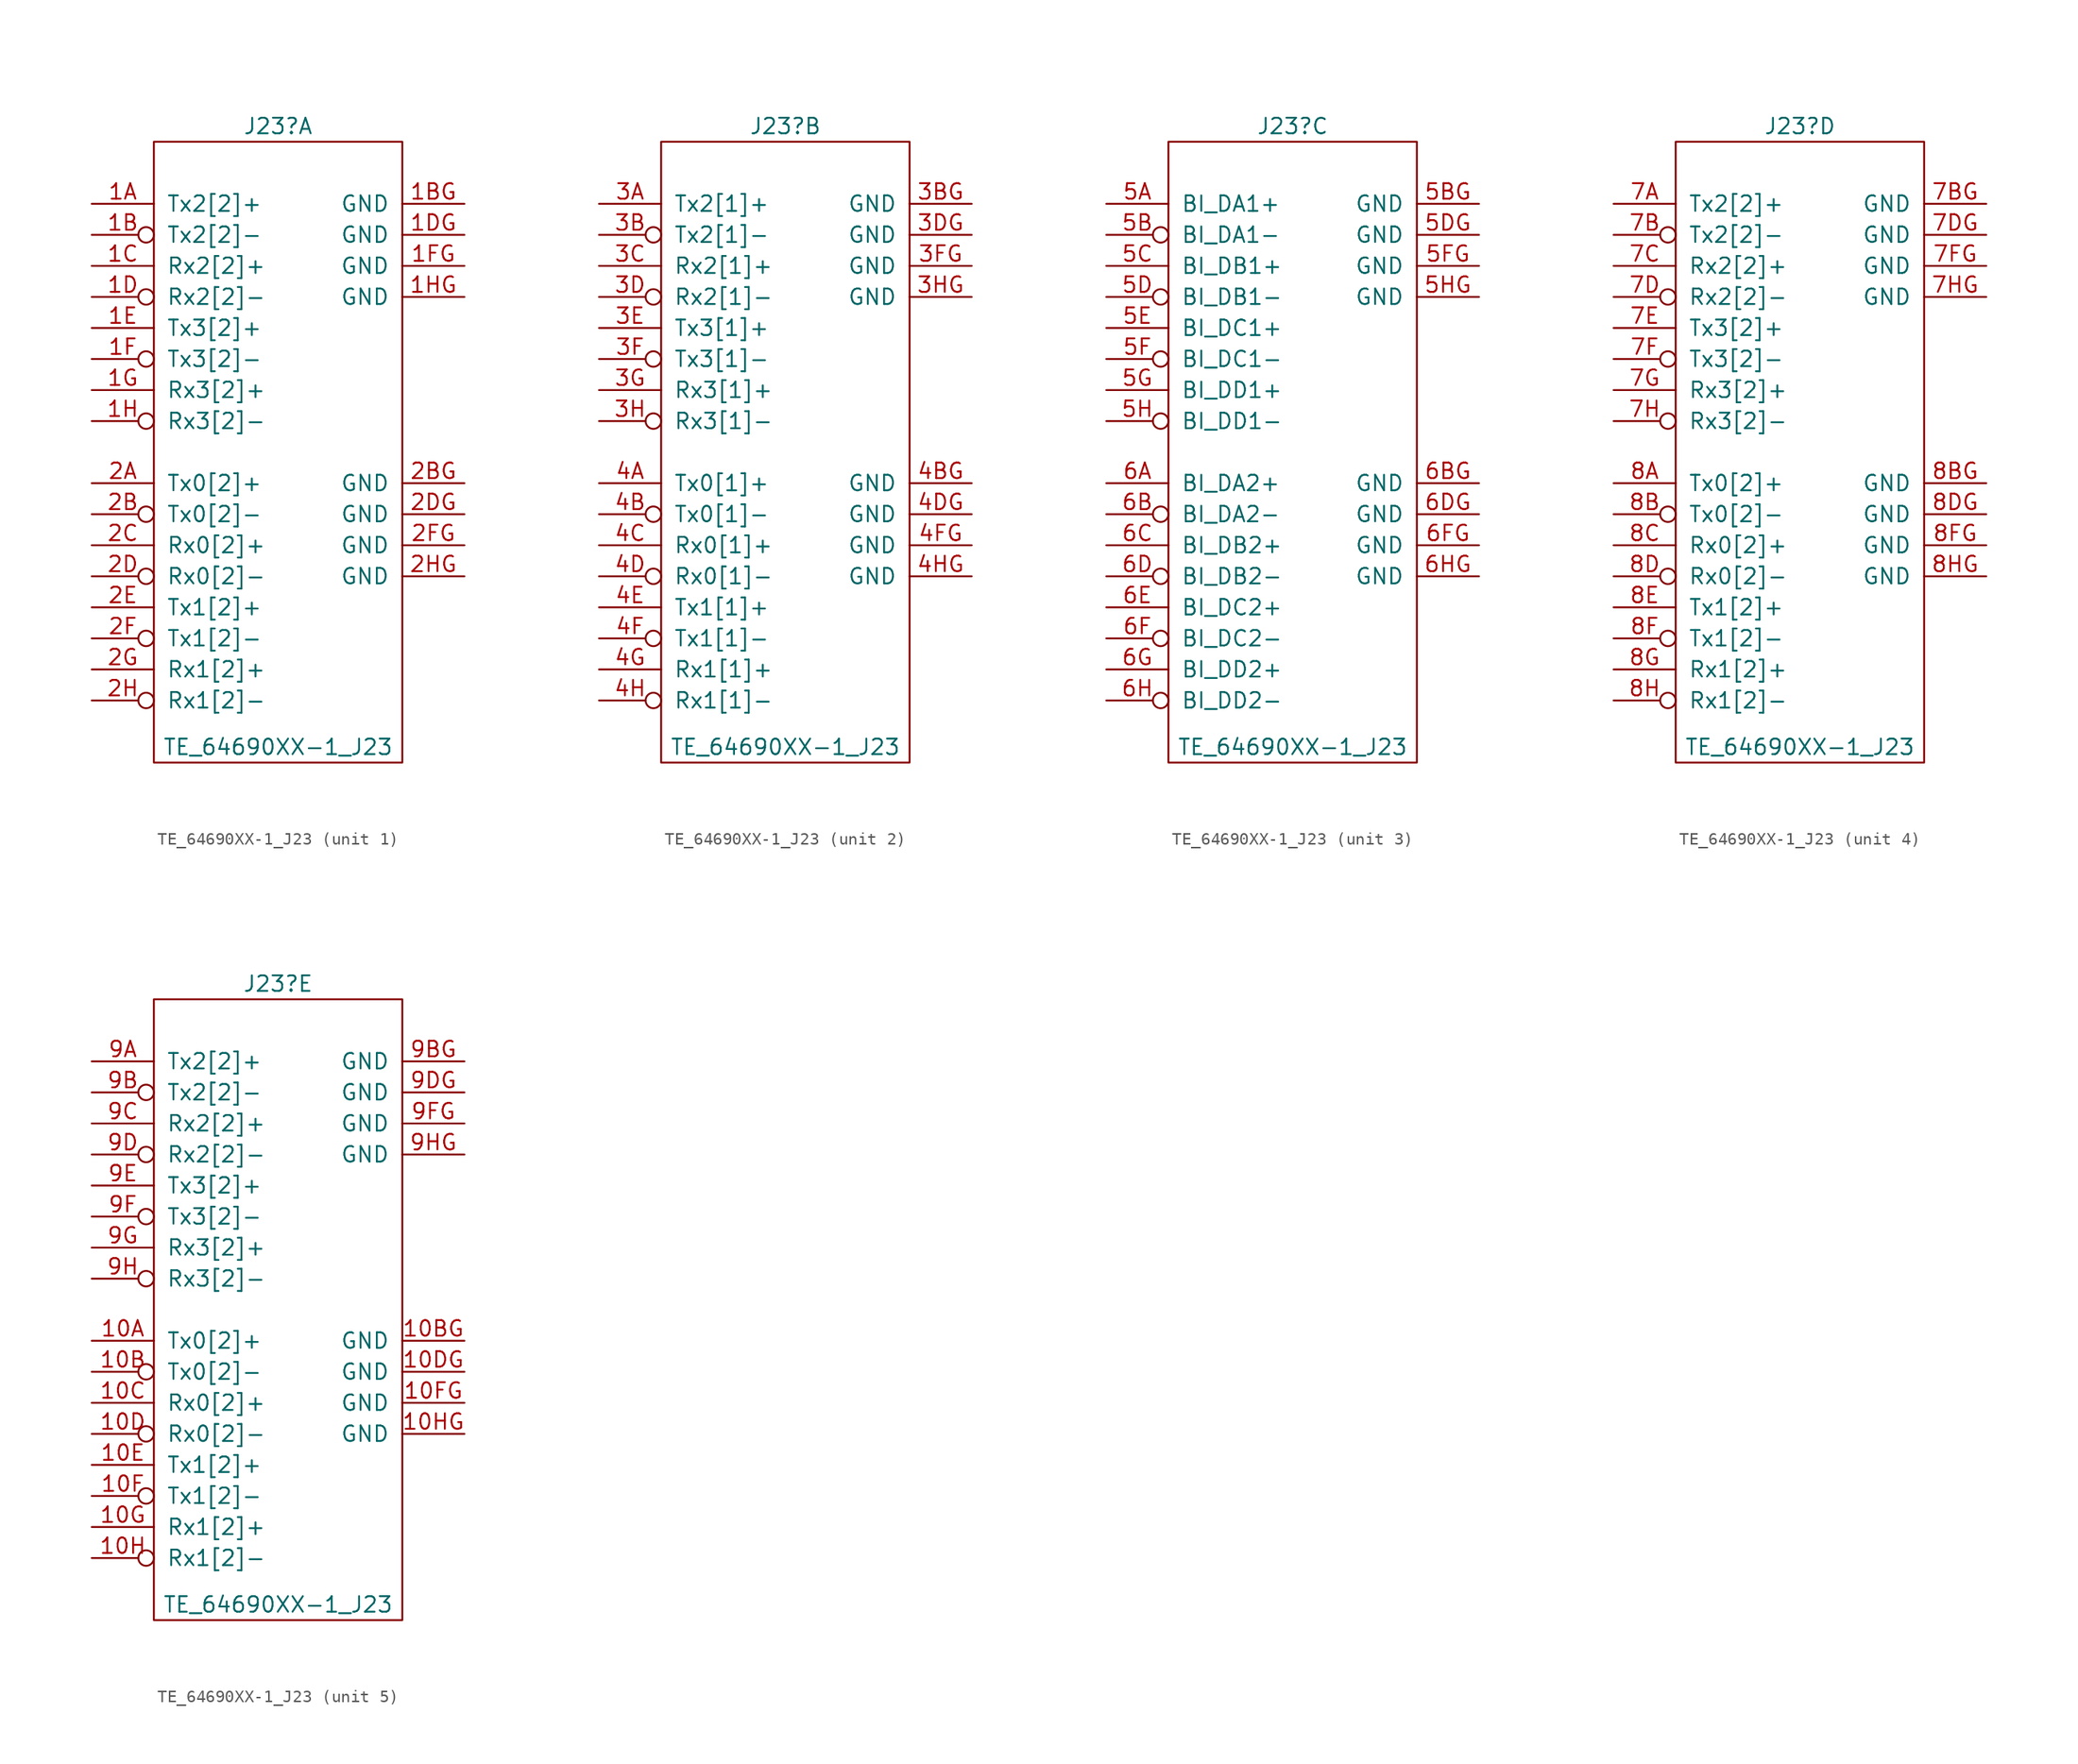
<source format=kicad_sym>
(kicad_symbol_lib
  (version 20220914)
  (generator kicad_symbol_editor)
  (symbol "TE_64690XX-1_J23"
    (pin_names
      (offset 1.016))
    (property "Reference" "J23"
      (at 0 26.67 0)
      (effects (font (size 1.27 1.27))))
    (property "Value" "TE_64690XX-1_J23"
      (at 0 -24.13 0)
      (effects (font (size 1.27 1.27))))
    (property "ki_locked" ""
      (at 0 0 0)
      (effects (font (size 1.27 1.27))))
    (symbol "TE_64690XX-1_J23_1_1"
      (rectangle (start -10.16 25.4) (end 10.16 -25.4) (stroke (width 0) (type default)) (fill (type none)))
      (pin bidirectional line (at -15.24 20.32 0) (length 5.08) (name "Tx2[2]+" (effects (font (size 1.27 1.27)))) (number "1A" (effects (font (size 1.27 1.27)))))
      (pin bidirectional inverted (at -15.24 17.78 0) (length 5.08) (name "Tx2[2]-" (effects (font (size 1.27 1.27)))) (number "1B" (effects (font (size 1.27 1.27)))))
      (pin passive line (at 15.24 20.32 180) (length 5.08) (name "GND" (effects (font (size 1.27 1.27)))) (number "1BG" (effects (font (size 1.27 1.27)))))
      (pin bidirectional line (at -15.24 15.24 0) (length 5.08) (name "Rx2[2]+" (effects (font (size 1.27 1.27)))) (number "1C" (effects (font (size 1.27 1.27)))))
      (pin bidirectional inverted (at -15.24 12.7 0) (length 5.08) (name "Rx2[2]-" (effects (font (size 1.27 1.27)))) (number "1D" (effects (font (size 1.27 1.27)))))
      (pin passive line (at 15.24 17.78 180) (length 5.08) (name "GND" (effects (font (size 1.27 1.27)))) (number "1DG" (effects (font (size 1.27 1.27)))))
      (pin bidirectional line (at -15.24 10.16 0) (length 5.08) (name "Tx3[2]+" (effects (font (size 1.27 1.27)))) (number "1E" (effects (font (size 1.27 1.27)))))
      (pin bidirectional inverted (at -15.24 7.62 0) (length 5.08) (name "Tx3[2]-" (effects (font (size 1.27 1.27)))) (number "1F" (effects (font (size 1.27 1.27)))))
      (pin passive line (at 15.24 15.24 180) (length 5.08) (name "GND" (effects (font (size 1.27 1.27)))) (number "1FG" (effects (font (size 1.27 1.27)))))
      (pin bidirectional line (at -15.24 5.08 0) (length 5.08) (name "Rx3[2]+" (effects (font (size 1.27 1.27)))) (number "1G" (effects (font (size 1.27 1.27)))))
      (pin bidirectional inverted (at -15.24 2.54 0) (length 5.08) (name "Rx3[2]-" (effects (font (size 1.27 1.27)))) (number "1H" (effects (font (size 1.27 1.27)))))
      (pin passive line (at 15.24 12.7 180) (length 5.08) (name "GND" (effects (font (size 1.27 1.27)))) (number "1HG" (effects (font (size 1.27 1.27)))))
      (pin bidirectional line (at -15.24 -2.54 0) (length 5.08) (name "Tx0[2]+" (effects (font (size 1.27 1.27)))) (number "2A" (effects (font (size 1.27 1.27)))))
      (pin bidirectional inverted (at -15.24 -5.08 0) (length 5.08) (name "Tx0[2]-" (effects (font (size 1.27 1.27)))) (number "2B" (effects (font (size 1.27 1.27)))))
      (pin passive line (at 15.24 -2.54 180) (length 5.08) (name "GND" (effects (font (size 1.27 1.27)))) (number "2BG" (effects (font (size 1.27 1.27)))))
      (pin bidirectional line (at -15.24 -7.62 0) (length 5.08) (name "Rx0[2]+" (effects (font (size 1.27 1.27)))) (number "2C" (effects (font (size 1.27 1.27)))))
      (pin bidirectional inverted (at -15.24 -10.16 0) (length 5.08) (name "Rx0[2]-" (effects (font (size 1.27 1.27)))) (number "2D" (effects (font (size 1.27 1.27)))))
      (pin passive line (at 15.24 -5.08 180) (length 5.08) (name "GND" (effects (font (size 1.27 1.27)))) (number "2DG" (effects (font (size 1.27 1.27)))))
      (pin bidirectional line (at -15.24 -12.7 0) (length 5.08) (name "Tx1[2]+" (effects (font (size 1.27 1.27)))) (number "2E" (effects (font (size 1.27 1.27)))))
      (pin bidirectional inverted (at -15.24 -15.24 0) (length 5.08) (name "Tx1[2]-" (effects (font (size 1.27 1.27)))) (number "2F" (effects (font (size 1.27 1.27)))))
      (pin passive line (at 15.24 -7.62 180) (length 5.08) (name "GND" (effects (font (size 1.27 1.27)))) (number "2FG" (effects (font (size 1.27 1.27)))))
      (pin bidirectional line (at -15.24 -17.78 0) (length 5.08) (name "Rx1[2]+" (effects (font (size 1.27 1.27)))) (number "2G" (effects (font (size 1.27 1.27)))))
      (pin bidirectional inverted (at -15.24 -20.32 0) (length 5.08) (name "Rx1[2]-" (effects (font (size 1.27 1.27)))) (number "2H" (effects (font (size 1.27 1.27)))))
      (pin passive line (at 15.24 -10.16 180) (length 5.08) (name "GND" (effects (font (size 1.27 1.27)))) (number "2HG" (effects (font (size 1.27 1.27))))))
    (symbol "TE_64690XX-1_J23_2_1"
      (rectangle (start -10.16 25.4) (end 10.16 -25.4) (stroke (width 0) (type default)) (fill (type none)))
      (pin bidirectional line (at -15.24 20.32 0) (length 5.08) (name "Tx2[1]+" (effects (font (size 1.27 1.27)))) (number "3A" (effects (font (size 1.27 1.27)))))
      (pin bidirectional inverted (at -15.24 17.78 0) (length 5.08) (name "Tx2[1]-" (effects (font (size 1.27 1.27)))) (number "3B" (effects (font (size 1.27 1.27)))))
      (pin passive line (at 15.24 20.32 180) (length 5.08) (name "GND" (effects (font (size 1.27 1.27)))) (number "3BG" (effects (font (size 1.27 1.27)))))
      (pin bidirectional line (at -15.24 15.24 0) (length 5.08) (name "Rx2[1]+" (effects (font (size 1.27 1.27)))) (number "3C" (effects (font (size 1.27 1.27)))))
      (pin bidirectional inverted (at -15.24 12.7 0) (length 5.08) (name "Rx2[1]-" (effects (font (size 1.27 1.27)))) (number "3D" (effects (font (size 1.27 1.27)))))
      (pin passive line (at 15.24 17.78 180) (length 5.08) (name "GND" (effects (font (size 1.27 1.27)))) (number "3DG" (effects (font (size 1.27 1.27)))))
      (pin bidirectional line (at -15.24 10.16 0) (length 5.08) (name "Tx3[1]+" (effects (font (size 1.27 1.27)))) (number "3E" (effects (font (size 1.27 1.27)))))
      (pin bidirectional inverted (at -15.24 7.62 0) (length 5.08) (name "Tx3[1]-" (effects (font (size 1.27 1.27)))) (number "3F" (effects (font (size 1.27 1.27)))))
      (pin passive line (at 15.24 15.24 180) (length 5.08) (name "GND" (effects (font (size 1.27 1.27)))) (number "3FG" (effects (font (size 1.27 1.27)))))
      (pin bidirectional line (at -15.24 5.08 0) (length 5.08) (name "Rx3[1]+" (effects (font (size 1.27 1.27)))) (number "3G" (effects (font (size 1.27 1.27)))))
      (pin bidirectional inverted (at -15.24 2.54 0) (length 5.08) (name "Rx3[1]-" (effects (font (size 1.27 1.27)))) (number "3H" (effects (font (size 1.27 1.27)))))
      (pin passive line (at 15.24 12.7 180) (length 5.08) (name "GND" (effects (font (size 1.27 1.27)))) (number "3HG" (effects (font (size 1.27 1.27)))))
      (pin bidirectional line (at -15.24 -2.54 0) (length 5.08) (name "Tx0[1]+" (effects (font (size 1.27 1.27)))) (number "4A" (effects (font (size 1.27 1.27)))))
      (pin bidirectional inverted (at -15.24 -5.08 0) (length 5.08) (name "Tx0[1]-" (effects (font (size 1.27 1.27)))) (number "4B" (effects (font (size 1.27 1.27)))))
      (pin passive line (at 15.24 -2.54 180) (length 5.08) (name "GND" (effects (font (size 1.27 1.27)))) (number "4BG" (effects (font (size 1.27 1.27)))))
      (pin bidirectional line (at -15.24 -7.62 0) (length 5.08) (name "Rx0[1]+" (effects (font (size 1.27 1.27)))) (number "4C" (effects (font (size 1.27 1.27)))))
      (pin bidirectional inverted (at -15.24 -10.16 0) (length 5.08) (name "Rx0[1]-" (effects (font (size 1.27 1.27)))) (number "4D" (effects (font (size 1.27 1.27)))))
      (pin passive line (at 15.24 -5.08 180) (length 5.08) (name "GND" (effects (font (size 1.27 1.27)))) (number "4DG" (effects (font (size 1.27 1.27)))))
      (pin bidirectional line (at -15.24 -12.7 0) (length 5.08) (name "Tx1[1]+" (effects (font (size 1.27 1.27)))) (number "4E" (effects (font (size 1.27 1.27)))))
      (pin bidirectional inverted (at -15.24 -15.24 0) (length 5.08) (name "Tx1[1]-" (effects (font (size 1.27 1.27)))) (number "4F" (effects (font (size 1.27 1.27)))))
      (pin passive line (at 15.24 -7.62 180) (length 5.08) (name "GND" (effects (font (size 1.27 1.27)))) (number "4FG" (effects (font (size 1.27 1.27)))))
      (pin bidirectional line (at -15.24 -17.78 0) (length 5.08) (name "Rx1[1]+" (effects (font (size 1.27 1.27)))) (number "4G" (effects (font (size 1.27 1.27)))))
      (pin bidirectional inverted (at -15.24 -20.32 0) (length 5.08) (name "Rx1[1]-" (effects (font (size 1.27 1.27)))) (number "4H" (effects (font (size 1.27 1.27)))))
      (pin passive line (at 15.24 -10.16 180) (length 5.08) (name "GND" (effects (font (size 1.27 1.27)))) (number "4HG" (effects (font (size 1.27 1.27))))))
    (symbol "TE_64690XX-1_J23_3_1"
      (rectangle (start -10.16 25.4) (end 10.16 -25.4) (stroke (width 0) (type default)) (fill (type none)))
      (pin bidirectional line (at -15.24 20.32 0) (length 5.08) (name "BI_DA1+" (effects (font (size 1.27 1.27)))) (number "5A" (effects (font (size 1.27 1.27)))))
      (pin bidirectional inverted (at -15.24 17.78 0) (length 5.08) (name "BI_DA1-" (effects (font (size 1.27 1.27)))) (number "5B" (effects (font (size 1.27 1.27)))))
      (pin passive line (at 15.24 20.32 180) (length 5.08) (name "GND" (effects (font (size 1.27 1.27)))) (number "5BG" (effects (font (size 1.27 1.27)))))
      (pin bidirectional line (at -15.24 15.24 0) (length 5.08) (name "BI_DB1+" (effects (font (size 1.27 1.27)))) (number "5C" (effects (font (size 1.27 1.27)))))
      (pin bidirectional inverted (at -15.24 12.7 0) (length 5.08) (name "BI_DB1-" (effects (font (size 1.27 1.27)))) (number "5D" (effects (font (size 1.27 1.27)))))
      (pin passive line (at 15.24 17.78 180) (length 5.08) (name "GND" (effects (font (size 1.27 1.27)))) (number "5DG" (effects (font (size 1.27 1.27)))))
      (pin bidirectional line (at -15.24 10.16 0) (length 5.08) (name "BI_DC1+" (effects (font (size 1.27 1.27)))) (number "5E" (effects (font (size 1.27 1.27)))))
      (pin bidirectional inverted (at -15.24 7.62 0) (length 5.08) (name "BI_DC1-" (effects (font (size 1.27 1.27)))) (number "5F" (effects (font (size 1.27 1.27)))))
      (pin passive line (at 15.24 15.24 180) (length 5.08) (name "GND" (effects (font (size 1.27 1.27)))) (number "5FG" (effects (font (size 1.27 1.27)))))
      (pin bidirectional line (at -15.24 5.08 0) (length 5.08) (name "BI_DD1+" (effects (font (size 1.27 1.27)))) (number "5G" (effects (font (size 1.27 1.27)))))
      (pin bidirectional inverted (at -15.24 2.54 0) (length 5.08) (name "BI_DD1-" (effects (font (size 1.27 1.27)))) (number "5H" (effects (font (size 1.27 1.27)))))
      (pin passive line (at 15.24 12.7 180) (length 5.08) (name "GND" (effects (font (size 1.27 1.27)))) (number "5HG" (effects (font (size 1.27 1.27)))))
      (pin bidirectional line (at -15.24 -2.54 0) (length 5.08) (name "BI_DA2+" (effects (font (size 1.27 1.27)))) (number "6A" (effects (font (size 1.27 1.27)))))
      (pin bidirectional inverted (at -15.24 -5.08 0) (length 5.08) (name "BI_DA2-" (effects (font (size 1.27 1.27)))) (number "6B" (effects (font (size 1.27 1.27)))))
      (pin passive line (at 15.24 -2.54 180) (length 5.08) (name "GND" (effects (font (size 1.27 1.27)))) (number "6BG" (effects (font (size 1.27 1.27)))))
      (pin bidirectional line (at -15.24 -7.62 0) (length 5.08) (name "BI_DB2+" (effects (font (size 1.27 1.27)))) (number "6C" (effects (font (size 1.27 1.27)))))
      (pin bidirectional inverted (at -15.24 -10.16 0) (length 5.08) (name "BI_DB2-" (effects (font (size 1.27 1.27)))) (number "6D" (effects (font (size 1.27 1.27)))))
      (pin passive line (at 15.24 -5.08 180) (length 5.08) (name "GND" (effects (font (size 1.27 1.27)))) (number "6DG" (effects (font (size 1.27 1.27)))))
      (pin bidirectional line (at -15.24 -12.7 0) (length 5.08) (name "BI_DC2+" (effects (font (size 1.27 1.27)))) (number "6E" (effects (font (size 1.27 1.27)))))
      (pin bidirectional inverted (at -15.24 -15.24 0) (length 5.08) (name "BI_DC2-" (effects (font (size 1.27 1.27)))) (number "6F" (effects (font (size 1.27 1.27)))))
      (pin passive line (at 15.24 -7.62 180) (length 5.08) (name "GND" (effects (font (size 1.27 1.27)))) (number "6FG" (effects (font (size 1.27 1.27)))))
      (pin bidirectional line (at -15.24 -17.78 0) (length 5.08) (name "BI_DD2+" (effects (font (size 1.27 1.27)))) (number "6G" (effects (font (size 1.27 1.27)))))
      (pin bidirectional inverted (at -15.24 -20.32 0) (length 5.08) (name "BI_DD2-" (effects (font (size 1.27 1.27)))) (number "6H" (effects (font (size 1.27 1.27)))))
      (pin passive line (at 15.24 -10.16 180) (length 5.08) (name "GND" (effects (font (size 1.27 1.27)))) (number "6HG" (effects (font (size 1.27 1.27))))))
    (symbol "TE_64690XX-1_J23_4_1"
      (rectangle (start -10.16 25.4) (end 10.16 -25.4) (stroke (width 0) (type default)) (fill (type none)))
      (pin bidirectional line (at -15.24 20.32 0) (length 5.08) (name "Tx2[2]+" (effects (font (size 1.27 1.27)))) (number "7A" (effects (font (size 1.27 1.27)))))
      (pin bidirectional inverted (at -15.24 17.78 0) (length 5.08) (name "Tx2[2]-" (effects (font (size 1.27 1.27)))) (number "7B" (effects (font (size 1.27 1.27)))))
      (pin passive line (at 15.24 20.32 180) (length 5.08) (name "GND" (effects (font (size 1.27 1.27)))) (number "7BG" (effects (font (size 1.27 1.27)))))
      (pin bidirectional line (at -15.24 15.24 0) (length 5.08) (name "Rx2[2]+" (effects (font (size 1.27 1.27)))) (number "7C" (effects (font (size 1.27 1.27)))))
      (pin bidirectional inverted (at -15.24 12.7 0) (length 5.08) (name "Rx2[2]-" (effects (font (size 1.27 1.27)))) (number "7D" (effects (font (size 1.27 1.27)))))
      (pin passive line (at 15.24 17.78 180) (length 5.08) (name "GND" (effects (font (size 1.27 1.27)))) (number "7DG" (effects (font (size 1.27 1.27)))))
      (pin bidirectional line (at -15.24 10.16 0) (length 5.08) (name "Tx3[2]+" (effects (font (size 1.27 1.27)))) (number "7E" (effects (font (size 1.27 1.27)))))
      (pin bidirectional inverted (at -15.24 7.62 0) (length 5.08) (name "Tx3[2]-" (effects (font (size 1.27 1.27)))) (number "7F" (effects (font (size 1.27 1.27)))))
      (pin passive line (at 15.24 15.24 180) (length 5.08) (name "GND" (effects (font (size 1.27 1.27)))) (number "7FG" (effects (font (size 1.27 1.27)))))
      (pin bidirectional line (at -15.24 5.08 0) (length 5.08) (name "Rx3[2]+" (effects (font (size 1.27 1.27)))) (number "7G" (effects (font (size 1.27 1.27)))))
      (pin bidirectional inverted (at -15.24 2.54 0) (length 5.08) (name "Rx3[2]-" (effects (font (size 1.27 1.27)))) (number "7H" (effects (font (size 1.27 1.27)))))
      (pin passive line (at 15.24 12.7 180) (length 5.08) (name "GND" (effects (font (size 1.27 1.27)))) (number "7HG" (effects (font (size 1.27 1.27)))))
      (pin bidirectional line (at -15.24 -2.54 0) (length 5.08) (name "Tx0[2]+" (effects (font (size 1.27 1.27)))) (number "8A" (effects (font (size 1.27 1.27)))))
      (pin bidirectional inverted (at -15.24 -5.08 0) (length 5.08) (name "Tx0[2]-" (effects (font (size 1.27 1.27)))) (number "8B" (effects (font (size 1.27 1.27)))))
      (pin passive line (at 15.24 -2.54 180) (length 5.08) (name "GND" (effects (font (size 1.27 1.27)))) (number "8BG" (effects (font (size 1.27 1.27)))))
      (pin bidirectional line (at -15.24 -7.62 0) (length 5.08) (name "Rx0[2]+" (effects (font (size 1.27 1.27)))) (number "8C" (effects (font (size 1.27 1.27)))))
      (pin bidirectional inverted (at -15.24 -10.16 0) (length 5.08) (name "Rx0[2]-" (effects (font (size 1.27 1.27)))) (number "8D" (effects (font (size 1.27 1.27)))))
      (pin passive line (at 15.24 -5.08 180) (length 5.08) (name "GND" (effects (font (size 1.27 1.27)))) (number "8DG" (effects (font (size 1.27 1.27)))))
      (pin bidirectional line (at -15.24 -12.7 0) (length 5.08) (name "Tx1[2]+" (effects (font (size 1.27 1.27)))) (number "8E" (effects (font (size 1.27 1.27)))))
      (pin bidirectional inverted (at -15.24 -15.24 0) (length 5.08) (name "Tx1[2]-" (effects (font (size 1.27 1.27)))) (number "8F" (effects (font (size 1.27 1.27)))))
      (pin passive line (at 15.24 -7.62 180) (length 5.08) (name "GND" (effects (font (size 1.27 1.27)))) (number "8FG" (effects (font (size 1.27 1.27)))))
      (pin bidirectional line (at -15.24 -17.78 0) (length 5.08) (name "Rx1[2]+" (effects (font (size 1.27 1.27)))) (number "8G" (effects (font (size 1.27 1.27)))))
      (pin bidirectional inverted (at -15.24 -20.32 0) (length 5.08) (name "Rx1[2]-" (effects (font (size 1.27 1.27)))) (number "8H" (effects (font (size 1.27 1.27)))))
      (pin passive line (at 15.24 -10.16 180) (length 5.08) (name "GND" (effects (font (size 1.27 1.27)))) (number "8HG" (effects (font (size 1.27 1.27))))))
    (symbol "TE_64690XX-1_J23_5_1"
      (rectangle (start -10.16 25.4) (end 10.16 -25.4) (stroke (width 0) (type default)) (fill (type none)))
      (pin bidirectional line (at -15.24 -2.54 0) (length 5.08) (name "Tx0[2]+" (effects (font (size 1.27 1.27)))) (number "10A" (effects (font (size 1.27 1.27)))))
      (pin bidirectional inverted (at -15.24 -5.08 0) (length 5.08) (name "Tx0[2]-" (effects (font (size 1.27 1.27)))) (number "10B" (effects (font (size 1.27 1.27)))))
      (pin passive line (at 15.24 -2.54 180) (length 5.08) (name "GND" (effects (font (size 1.27 1.27)))) (number "10BG" (effects (font (size 1.27 1.27)))))
      (pin bidirectional line (at -15.24 -7.62 0) (length 5.08) (name "Rx0[2]+" (effects (font (size 1.27 1.27)))) (number "10C" (effects (font (size 1.27 1.27)))))
      (pin bidirectional inverted (at -15.24 -10.16 0) (length 5.08) (name "Rx0[2]-" (effects (font (size 1.27 1.27)))) (number "10D" (effects (font (size 1.27 1.27)))))
      (pin passive line (at 15.24 -5.08 180) (length 5.08) (name "GND" (effects (font (size 1.27 1.27)))) (number "10DG" (effects (font (size 1.27 1.27)))))
      (pin bidirectional line (at -15.24 -12.7 0) (length 5.08) (name "Tx1[2]+" (effects (font (size 1.27 1.27)))) (number "10E" (effects (font (size 1.27 1.27)))))
      (pin bidirectional inverted (at -15.24 -15.24 0) (length 5.08) (name "Tx1[2]-" (effects (font (size 1.27 1.27)))) (number "10F" (effects (font (size 1.27 1.27)))))
      (pin passive line (at 15.24 -7.62 180) (length 5.08) (name "GND" (effects (font (size 1.27 1.27)))) (number "10FG" (effects (font (size 1.27 1.27)))))
      (pin bidirectional line (at -15.24 -17.78 0) (length 5.08) (name "Rx1[2]+" (effects (font (size 1.27 1.27)))) (number "10G" (effects (font (size 1.27 1.27)))))
      (pin bidirectional inverted (at -15.24 -20.32 0) (length 5.08) (name "Rx1[2]-" (effects (font (size 1.27 1.27)))) (number "10H" (effects (font (size 1.27 1.27)))))
      (pin passive line (at 15.24 -10.16 180) (length 5.08) (name "GND" (effects (font (size 1.27 1.27)))) (number "10HG" (effects (font (size 1.27 1.27)))))
      (pin bidirectional line (at -15.24 20.32 0) (length 5.08) (name "Tx2[2]+" (effects (font (size 1.27 1.27)))) (number "9A" (effects (font (size 1.27 1.27)))))
      (pin bidirectional inverted (at -15.24 17.78 0) (length 5.08) (name "Tx2[2]-" (effects (font (size 1.27 1.27)))) (number "9B" (effects (font (size 1.27 1.27)))))
      (pin passive line (at 15.24 20.32 180) (length 5.08) (name "GND" (effects (font (size 1.27 1.27)))) (number "9BG" (effects (font (size 1.27 1.27)))))
      (pin bidirectional line (at -15.24 15.24 0) (length 5.08) (name "Rx2[2]+" (effects (font (size 1.27 1.27)))) (number "9C" (effects (font (size 1.27 1.27)))))
      (pin bidirectional inverted (at -15.24 12.7 0) (length 5.08) (name "Rx2[2]-" (effects (font (size 1.27 1.27)))) (number "9D" (effects (font (size 1.27 1.27)))))
      (pin passive line (at 15.24 17.78 180) (length 5.08) (name "GND" (effects (font (size 1.27 1.27)))) (number "9DG" (effects (font (size 1.27 1.27)))))
      (pin bidirectional line (at -15.24 10.16 0) (length 5.08) (name "Tx3[2]+" (effects (font (size 1.27 1.27)))) (number "9E" (effects (font (size 1.27 1.27)))))
      (pin bidirectional inverted (at -15.24 7.62 0) (length 5.08) (name "Tx3[2]-" (effects (font (size 1.27 1.27)))) (number "9F" (effects (font (size 1.27 1.27)))))
      (pin passive line (at 15.24 15.24 180) (length 5.08) (name "GND" (effects (font (size 1.27 1.27)))) (number "9FG" (effects (font (size 1.27 1.27)))))
      (pin bidirectional line (at -15.24 5.08 0) (length 5.08) (name "Rx3[2]+" (effects (font (size 1.27 1.27)))) (number "9G" (effects (font (size 1.27 1.27)))))
      (pin bidirectional inverted (at -15.24 2.54 0) (length 5.08) (name "Rx3[2]-" (effects (font (size 1.27 1.27)))) (number "9H" (effects (font (size 1.27 1.27)))))
      (pin passive line (at 15.24 12.7 180) (length 5.08) (name "GND" (effects (font (size 1.27 1.27)))) (number "9HG" (effects (font (size 1.27 1.27))))))))
</source>
